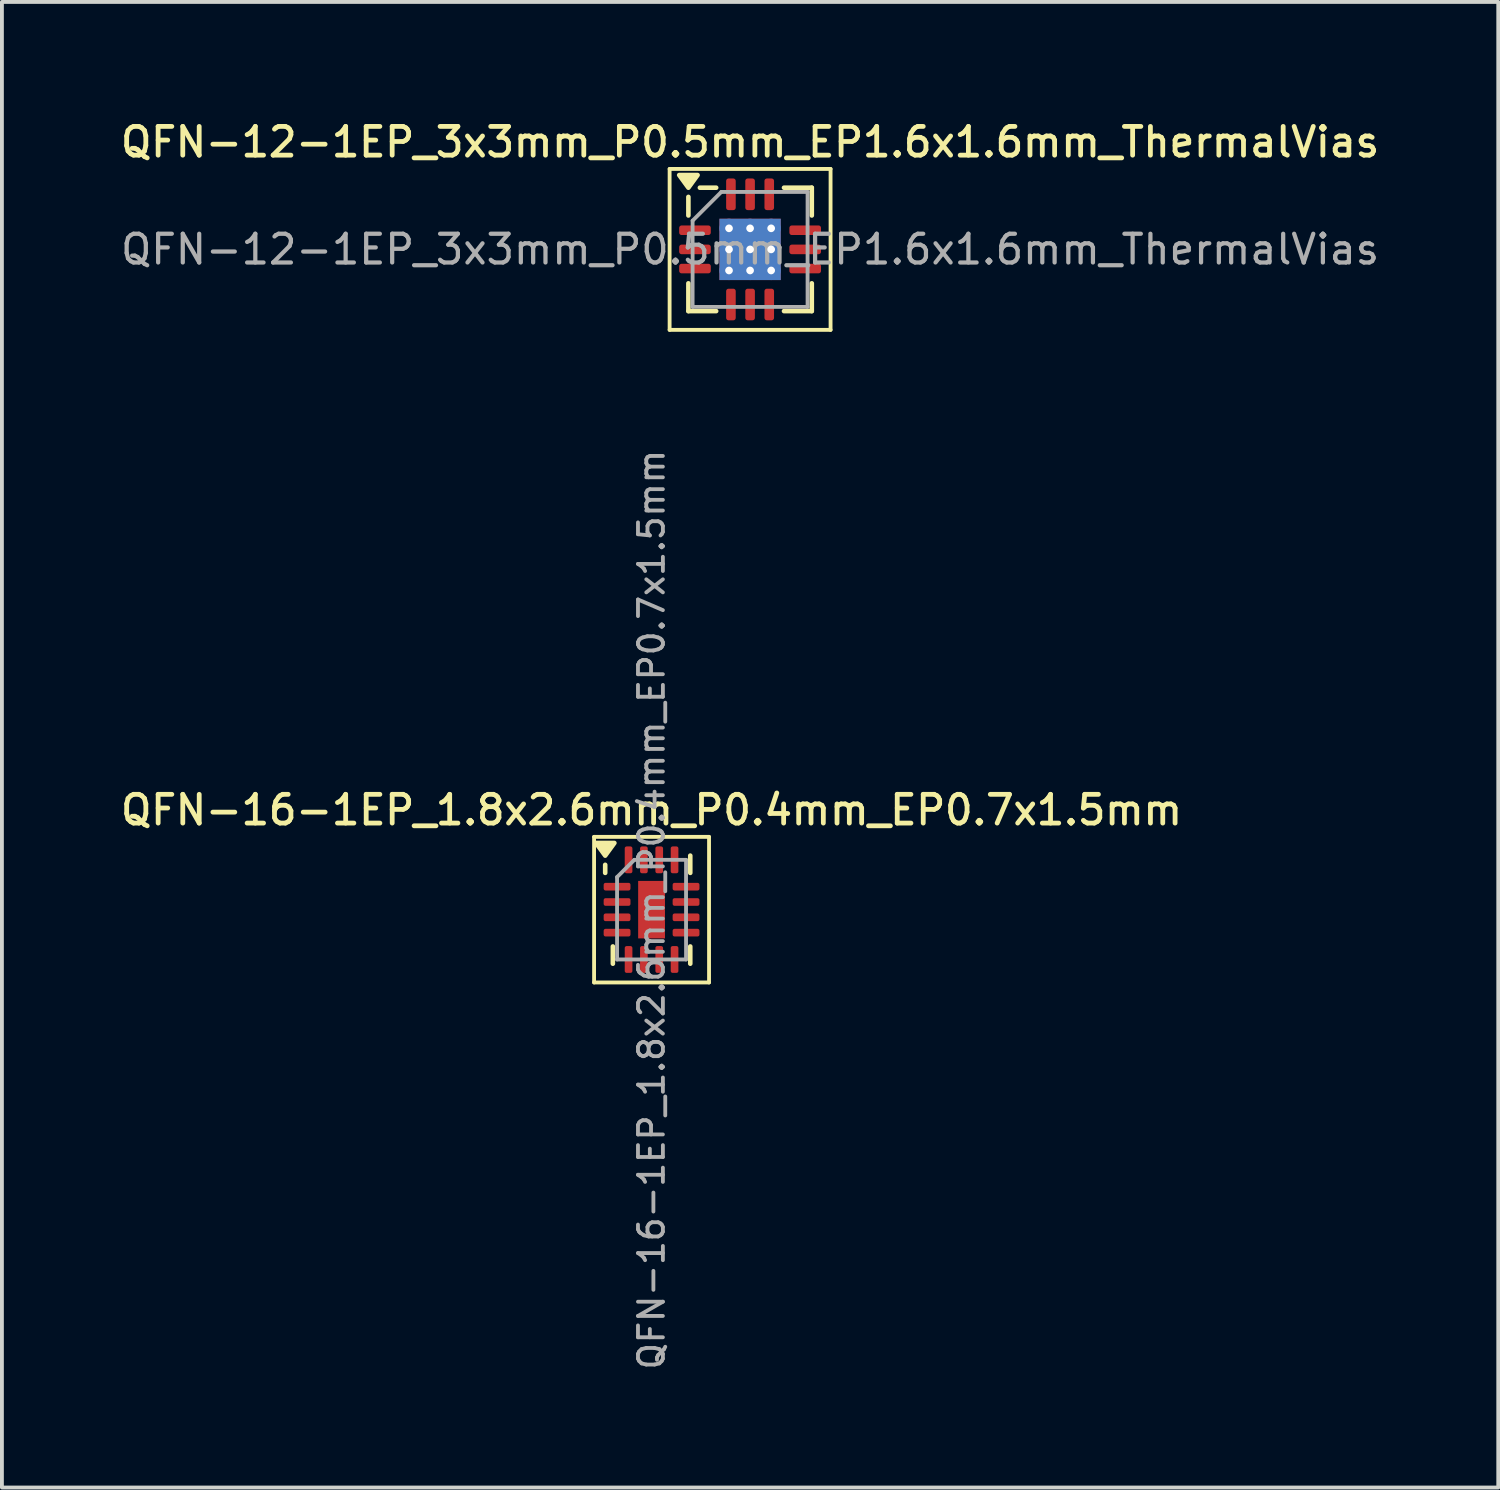
<source format=kicad_pcb>
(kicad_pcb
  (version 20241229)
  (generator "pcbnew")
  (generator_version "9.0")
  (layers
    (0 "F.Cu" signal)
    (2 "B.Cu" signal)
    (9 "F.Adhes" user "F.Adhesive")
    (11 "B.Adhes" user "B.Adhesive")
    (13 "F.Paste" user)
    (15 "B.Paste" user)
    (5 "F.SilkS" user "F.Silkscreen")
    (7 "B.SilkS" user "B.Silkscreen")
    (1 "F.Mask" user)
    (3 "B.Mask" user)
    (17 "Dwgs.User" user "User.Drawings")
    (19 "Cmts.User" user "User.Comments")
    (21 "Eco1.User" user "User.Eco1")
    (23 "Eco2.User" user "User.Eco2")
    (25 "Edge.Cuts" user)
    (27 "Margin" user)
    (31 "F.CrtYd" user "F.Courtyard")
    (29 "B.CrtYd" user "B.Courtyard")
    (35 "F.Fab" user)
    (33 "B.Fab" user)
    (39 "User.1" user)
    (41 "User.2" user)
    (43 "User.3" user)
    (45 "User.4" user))
  (footprint "QFN-16-1EP_1.8x2.6mm_P0.4mm_EP0.7x1.5mm"
    (layer "F.Cu")
    (at 13.952 20.687)
    (property "Reference" "QFN-16-1EP_1.8x2.6mm_P0.4mm_EP0.7x1.5mm" (at 0 -2.6 0) (layer "F.SilkS") (effects (font (size 0.75 0.75) (thickness 0.125))))
    (attr smd)
    (fp_line (start -1.5 -1.9) (end -1.5 1.9) (stroke (width 0.1) (type solid)) (layer "F.SilkS"))
    (fp_line (start -1.5 1.9) (end 1.5 1.9) (stroke (width 0.1) (type solid)) (layer "F.SilkS"))
    (fp_line (start -1.21 -0.96) (end -1.21 -1.17) (stroke (width 0.12) (type solid)) (layer "F.SilkS"))
    (fp_line (start -1.01 1.41) (end -1.01 0.96) (stroke (width 0.12) (type solid)) (layer "F.SilkS"))
    (fp_line (start 1.01 -1.41) (end 1.01 -0.96) (stroke (width 0.12) (type solid)) (layer "F.SilkS"))
    (fp_line (start 1.01 1.41) (end 1.01 0.96) (stroke (width 0.12) (type solid)) (layer "F.SilkS"))
    (fp_line (start 1.5 -1.9) (end -1.5 -1.9) (stroke (width 0.1) (type solid)) (layer "F.SilkS"))
    (fp_line (start 1.5 1.9) (end 1.5 -1.9) (stroke (width 0.1) (type solid)) (layer "F.SilkS"))
    (fp_poly (pts (xy -1.21 -1.41) (xy -1.45 -1.74) (xy -0.97 -1.74) (xy -1.21 -1.41)) (stroke (width 0.12) (type solid)) (fill yes) (layer "F.SilkS"))
    (fp_line (start -0.9 -0.85) (end -0.45 -1.3) (stroke (width 0.1) (type solid)) (layer "F.Fab"))
    (fp_line (start -0.9 1.3) (end -0.9 -0.85) (stroke (width 0.1) (type solid)) (layer "F.Fab"))
    (fp_line (start -0.45 -1.3) (end 0.9 -1.3) (stroke (width 0.1) (type solid)) (layer "F.Fab"))
    (fp_line (start 0.9 -1.3) (end 0.9 1.3) (stroke (width 0.1) (type solid)) (layer "F.Fab"))
    (fp_line (start 0.9 1.3) (end -0.9 1.3) (stroke (width 0.1) (type solid)) (layer "F.Fab"))
    (fp_text user "${REFERENCE}" (at 0 0 90) (layer "F.Fab") (effects (font (size 0.65 0.65) (thickness 0.1))))
    (pad "" smd roundrect (at 0 0) (size 0.56 1.21) (layers "F.Paste") (roundrect_rratio 0.25))
    (pad "1" smd roundrect (at -0.9 -0.6) (size 0.7 0.2) (layers "F.Cu" "F.Mask" "F.Paste") (roundrect_rratio 0.25))
    (pad "2" smd roundrect (at -0.9 -0.2) (size 0.7 0.2) (layers "F.Cu" "F.Mask" "F.Paste") (roundrect_rratio 0.25))
    (pad "3" smd roundrect (at -0.9 0.2) (size 0.7 0.2) (layers "F.Cu" "F.Mask" "F.Paste") (roundrect_rratio 0.25))
    (pad "4" smd roundrect (at -0.9 0.6) (size 0.7 0.2) (layers "F.Cu" "F.Mask" "F.Paste") (roundrect_rratio 0.25))
    (pad "5" smd roundrect (at -0.6 1.3) (size 0.2 0.7) (layers "F.Cu" "F.Mask" "F.Paste") (roundrect_rratio 0.25))
    (pad "6" smd roundrect (at -0.2 1.3) (size 0.2 0.7) (layers "F.Cu" "F.Mask" "F.Paste") (roundrect_rratio 0.25))
    (pad "7" smd roundrect (at 0.2 1.3) (size 0.2 0.7) (layers "F.Cu" "F.Mask" "F.Paste") (roundrect_rratio 0.25))
    (pad "8" smd roundrect (at 0.6 1.3) (size 0.2 0.7) (layers "F.Cu" "F.Mask" "F.Paste") (roundrect_rratio 0.25))
    (pad "9" smd roundrect (at 0.9 0.6) (size 0.7 0.2) (layers "F.Cu" "F.Mask" "F.Paste") (roundrect_rratio 0.25))
    (pad "10" smd roundrect (at 0.9 0.2) (size 0.7 0.2) (layers "F.Cu" "F.Mask" "F.Paste") (roundrect_rratio 0.25))
    (pad "11" smd roundrect (at 0.9 -0.2) (size 0.7 0.2) (layers "F.Cu" "F.Mask" "F.Paste") (roundrect_rratio 0.25))
    (pad "12" smd roundrect (at 0.9 -0.6) (size 0.7 0.2) (layers "F.Cu" "F.Mask" "F.Paste") (roundrect_rratio 0.25))
    (pad "13" smd roundrect (at 0.6 -1.3) (size 0.2 0.7) (layers "F.Cu" "F.Mask" "F.Paste") (roundrect_rratio 0.25))
    (pad "14" smd roundrect (at 0.2 -1.3) (size 0.2 0.7) (layers "F.Cu" "F.Mask" "F.Paste") (roundrect_rratio 0.25))
    (pad "15" smd roundrect (at -0.2 -1.3) (size 0.2 0.7) (layers "F.Cu" "F.Mask" "F.Paste") (roundrect_rratio 0.25))
    (pad "16" smd roundrect (at -0.6 -1.3) (size 0.2 0.7) (layers "F.Cu" "F.Mask" "F.Paste") (roundrect_rratio 0.25))
    (pad "17" smd rect (at 0 0) (size 0.7 1.5) (property pad_prop_heatsink) (layers "F.Cu" "F.Mask")))
  (footprint "QFN-12-1EP_3x3mm_P0.5mm_EP1.6x1.6mm_ThermalVias"
    (layer "F.Cu")
    (at 16.523 3.458)
    (property "Reference" "QFN-12-1EP_3x3mm_P0.5mm_EP1.6x1.6mm_ThermalVias" (at 0 -2.8 0) (layer "F.SilkS") (effects (font (size 0.75 0.75) (thickness 0.125))))
    (attr smd)
    (fp_line (start -2.1 -2.1) (end -2.1 2.1) (stroke (width 0.1) (type solid)) (layer "F.SilkS"))
    (fp_line (start -2.1 2.1) (end 2.1 2.1) (stroke (width 0.1) (type solid)) (layer "F.SilkS"))
    (fp_line (start -1.61 -0.885) (end -1.61 -1.37) (stroke (width 0.12) (type solid)) (layer "F.SilkS"))
    (fp_line (start -1.61 1.61) (end -1.61 0.885) (stroke (width 0.12) (type solid)) (layer "F.SilkS"))
    (fp_line (start -0.885 -1.61) (end -1.31 -1.61) (stroke (width 0.12) (type solid)) (layer "F.SilkS"))
    (fp_line (start -0.885 1.61) (end -1.61 1.61) (stroke (width 0.12) (type solid)) (layer "F.SilkS"))
    (fp_line (start 0.885 -1.61) (end 1.61 -1.61) (stroke (width 0.12) (type solid)) (layer "F.SilkS"))
    (fp_line (start 0.885 1.61) (end 1.61 1.61) (stroke (width 0.12) (type solid)) (layer "F.SilkS"))
    (fp_line (start 1.61 -1.61) (end 1.61 -0.885) (stroke (width 0.12) (type solid)) (layer "F.SilkS"))
    (fp_line (start 1.61 1.61) (end 1.61 0.885) (stroke (width 0.12) (type solid)) (layer "F.SilkS"))
    (fp_line (start 2.1 -2.1) (end -2.1 -2.1) (stroke (width 0.1) (type solid)) (layer "F.SilkS"))
    (fp_line (start 2.1 2.1) (end 2.1 -2.1) (stroke (width 0.1) (type solid)) (layer "F.SilkS"))
    (fp_poly (pts (xy -1.61 -1.61) (xy -1.85 -1.94) (xy -1.37 -1.94) (xy -1.61 -1.61)) (stroke (width 0.12) (type solid)) (fill yes) (layer "F.SilkS"))
    (fp_line (start -1.5 -0.75) (end -0.75 -1.5) (stroke (width 0.1) (type solid)) (layer "F.Fab"))
    (fp_line (start -1.5 1.5) (end -1.5 -0.75) (stroke (width 0.1) (type solid)) (layer "F.Fab"))
    (fp_line (start -0.75 -1.5) (end 1.5 -1.5) (stroke (width 0.1) (type solid)) (layer "F.Fab"))
    (fp_line (start 1.5 -1.5) (end 1.5 1.5) (stroke (width 0.1) (type solid)) (layer "F.Fab"))
    (fp_line (start 1.5 1.5) (end -1.5 1.5) (stroke (width 0.1) (type solid)) (layer "F.Fab"))
    (fp_text user "${REFERENCE}" (at 0 0 0) (layer "F.Fab") (effects (font (size 0.75 0.75) (thickness 0.11))))
    (pad "" smd roundrect (at -0.53 -0.53) (size 0.46 0.46) (layers "F.Paste") (roundrect_rratio 0.25))
    (pad "" smd roundrect (at -0.53 0) (size 0.46 0.46) (layers "F.Paste") (roundrect_rratio 0.25))
    (pad "" smd roundrect (at -0.53 0.53) (size 0.46 0.46) (layers "F.Paste") (roundrect_rratio 0.25))
    (pad "" smd roundrect (at 0 -0.53) (size 0.46 0.46) (layers "F.Paste") (roundrect_rratio 0.25))
    (pad "" smd roundrect (at 0 0) (size 0.46 0.46) (layers "F.Paste") (roundrect_rratio 0.25))
    (pad "" smd roundrect (at 0 0.53) (size 0.46 0.46) (layers "F.Paste") (roundrect_rratio 0.25))
    (pad "" smd roundrect (at 0.53 -0.53) (size 0.46 0.46) (layers "F.Paste") (roundrect_rratio 0.25))
    (pad "" smd roundrect (at 0.53 0) (size 0.46 0.46) (layers "F.Paste") (roundrect_rratio 0.25))
    (pad "" smd roundrect (at 0.53 0.53) (size 0.46 0.46) (layers "F.Paste") (roundrect_rratio 0.25))
    (pad "1" smd roundrect (at -1.438 -0.5) (size 0.825 0.25) (layers "F.Cu" "F.Mask" "F.Paste") (roundrect_rratio 0.25))
    (pad "2" smd roundrect (at -1.438 0) (size 0.825 0.25) (layers "F.Cu" "F.Mask" "F.Paste") (roundrect_rratio 0.25))
    (pad "3" smd roundrect (at -1.438 0.5) (size 0.825 0.25) (layers "F.Cu" "F.Mask" "F.Paste") (roundrect_rratio 0.25))
    (pad "4" smd roundrect (at -0.5 1.438) (size 0.25 0.825) (layers "F.Cu" "F.Mask" "F.Paste") (roundrect_rratio 0.25))
    (pad "5" smd roundrect (at 0 1.438) (size 0.25 0.825) (layers "F.Cu" "F.Mask" "F.Paste") (roundrect_rratio 0.25))
    (pad "6" smd roundrect (at 0.5 1.438) (size 0.25 0.825) (layers "F.Cu" "F.Mask" "F.Paste") (roundrect_rratio 0.25))
    (pad "7" smd roundrect (at 1.438 0.5) (size 0.825 0.25) (layers "F.Cu" "F.Mask" "F.Paste") (roundrect_rratio 0.25))
    (pad "8" smd roundrect (at 1.438 0) (size 0.825 0.25) (layers "F.Cu" "F.Mask" "F.Paste") (roundrect_rratio 0.25))
    (pad "9" smd roundrect (at 1.438 -0.5) (size 0.825 0.25) (layers "F.Cu" "F.Mask" "F.Paste") (roundrect_rratio 0.25))
    (pad "10" smd roundrect (at 0.5 -1.438) (size 0.25 0.825) (layers "F.Cu" "F.Mask" "F.Paste") (roundrect_rratio 0.25))
    (pad "11" smd roundrect (at 0 -1.438) (size 0.25 0.825) (layers "F.Cu" "F.Mask" "F.Paste") (roundrect_rratio 0.25))
    (pad "12" smd roundrect (at -0.5 -1.438) (size 0.25 0.825) (layers "F.Cu" "F.Mask" "F.Paste") (roundrect_rratio 0.25))
    (pad "13" thru_hole circle (at -0.55 -0.55) (size 0.5 0.5) (drill 0.2) (property pad_prop_heatsink) (layers "*.Cu"))
    (pad "13" thru_hole circle (at -0.55 0) (size 0.5 0.5) (drill 0.2) (property pad_prop_heatsink) (layers "*.Cu"))
    (pad "13" thru_hole circle (at -0.55 0.55) (size 0.5 0.5) (drill 0.2) (property pad_prop_heatsink) (layers "*.Cu"))
    (pad "13" thru_hole circle (at 0 -0.55) (size 0.5 0.5) (drill 0.2) (property pad_prop_heatsink) (layers "*.Cu"))
    (pad "13" thru_hole circle (at 0 0) (size 0.5 0.5) (drill 0.2) (property pad_prop_heatsink) (layers "*.Cu"))
    (pad "13" smd rect (at 0 0) (size 1.6 1.6) (property pad_prop_heatsink) (layers "F.Cu" "F.Mask"))
    (pad "13" smd rect (at 0 0) (size 1.6 1.6) (property pad_prop_heatsink) (layers "B.Cu"))
    (pad "13" thru_hole circle (at 0 0.55) (size 0.5 0.5) (drill 0.2) (property pad_prop_heatsink) (layers "*.Cu"))
    (pad "13" thru_hole circle (at 0.55 -0.55) (size 0.5 0.5) (drill 0.2) (property pad_prop_heatsink) (layers "*.Cu"))
    (pad "13" thru_hole circle (at 0.55 0) (size 0.5 0.5) (drill 0.2) (property pad_prop_heatsink) (layers "*.Cu"))
    (pad "13" thru_hole circle (at 0.55 0.55) (size 0.5 0.5) (drill 0.2) (property pad_prop_heatsink) (layers "*.Cu")))
  (gr_rect
    (start -3 -3)
    (end 36.046 35.766)
    (stroke (width 0.1) (type default))
    (fill no)
    (layer "Edge.Cuts")))
</source>
